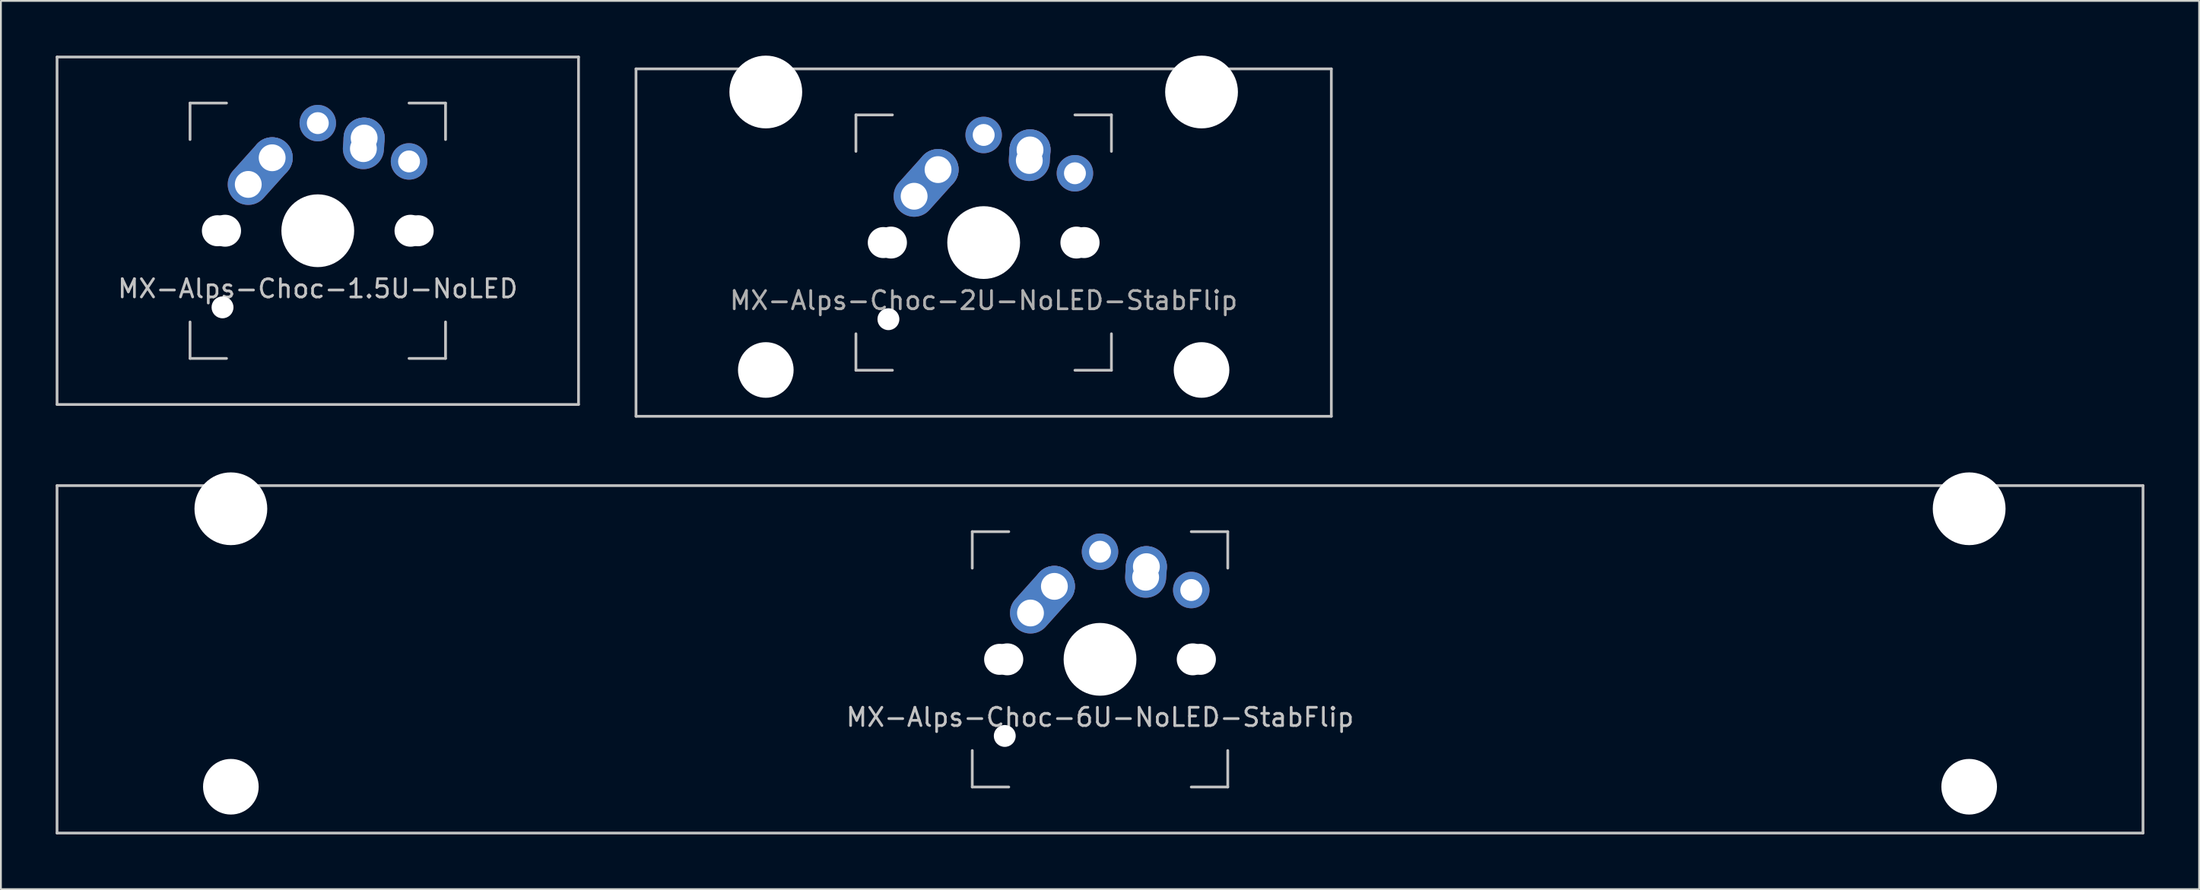
<source format=kicad_pcb>
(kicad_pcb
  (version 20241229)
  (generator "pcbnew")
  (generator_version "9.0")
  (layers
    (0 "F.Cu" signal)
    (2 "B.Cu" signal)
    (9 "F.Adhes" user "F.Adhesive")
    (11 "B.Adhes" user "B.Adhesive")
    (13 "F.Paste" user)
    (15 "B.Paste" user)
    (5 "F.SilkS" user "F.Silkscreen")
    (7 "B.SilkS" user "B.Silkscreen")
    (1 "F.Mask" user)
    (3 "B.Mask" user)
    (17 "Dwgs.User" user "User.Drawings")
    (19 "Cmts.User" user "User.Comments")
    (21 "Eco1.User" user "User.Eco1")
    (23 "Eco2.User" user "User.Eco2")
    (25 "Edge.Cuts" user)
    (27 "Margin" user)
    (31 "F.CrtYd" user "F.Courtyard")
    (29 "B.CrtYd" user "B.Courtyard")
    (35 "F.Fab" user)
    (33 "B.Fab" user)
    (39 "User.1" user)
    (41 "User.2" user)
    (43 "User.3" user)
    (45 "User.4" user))
  (footprint "MX-Alps-Choc-1.5U-NoLED"
    (layer "F.Cu")
    (at 14.363 9.6)
    (property "Reference" "MX-Alps-Choc-1.5U-NoLED" (at 0 3.175 0) (layer "Dwgs.User") (effects (font (size 1 1) (thickness 0.15))))
    (attr through_hole)
    (fp_line (start -14.287 -9.525) (end 14.287 -9.525) (stroke (width 0.15) (type solid)) (layer "Dwgs.User"))
    (fp_line (start -14.287 9.525) (end -14.287 -9.525) (stroke (width 0.15) (type solid)) (layer "Dwgs.User"))
    (fp_line (start -14.287 9.525) (end 14.287 9.525) (stroke (width 0.15) (type solid)) (layer "Dwgs.User"))
    (fp_line (start -7 -7) (end -7 -5) (stroke (width 0.15) (type solid)) (layer "Dwgs.User"))
    (fp_line (start -7 5) (end -7 7) (stroke (width 0.15) (type solid)) (layer "Dwgs.User"))
    (fp_line (start -7 7) (end -5 7) (stroke (width 0.15) (type solid)) (layer "Dwgs.User"))
    (fp_line (start -5 -7) (end -7 -7) (stroke (width 0.15) (type solid)) (layer "Dwgs.User"))
    (fp_line (start 5 -7) (end 7 -7) (stroke (width 0.15) (type solid)) (layer "Dwgs.User"))
    (fp_line (start 5 7) (end 7 7) (stroke (width 0.15) (type solid)) (layer "Dwgs.User"))
    (fp_line (start 7 -7) (end 7 -5) (stroke (width 0.15) (type solid)) (layer "Dwgs.User"))
    (fp_line (start 7 7) (end 7 5) (stroke (width 0.15) (type solid)) (layer "Dwgs.User"))
    (fp_line (start 14.287 -9.525) (end 14.287 9.525) (stroke (width 0.15) (type solid)) (layer "Dwgs.User"))
    (pad "" np_thru_hole circle (at -5.5 0 48.1) (size 1.7 1.7) (drill 1.7) (layers "*.Cu" "*.Mask"))
    (pad "" np_thru_hole circle (at -5.22 4.2 48.1) (size 1.2 1.2) (drill 1.2) (layers "*.Cu" "*.Mask"))
    (pad "" np_thru_hole circle (at -5.08 0 48.1) (size 1.75 1.75) (drill 1.75) (layers "*.Cu" "*.Mask"))
    (pad "" np_thru_hole circle (at 0 0) (size 3.988 3.988) (drill 3.988) (layers "*.Cu" "*.Mask"))
    (pad "" np_thru_hole circle (at 5.08 0 48.1) (size 1.75 1.75) (drill 1.75) (layers "*.Cu" "*.Mask"))
    (pad "" np_thru_hole circle (at 5.5 0 48.1) (size 1.7 1.7) (drill 1.7) (layers "*.Cu" "*.Mask"))
    (pad "1" thru_hole oval (at 2.5 -4.5 86.1) (size 2.831 2.25) (drill 1.47 (offset 0.291 0)) (layers "*.Cu" "*.Mask"))
    (pad "1" thru_hole circle (at 2.54 -5.08) (size 2.25 2.25) (drill 1.47) (layers "*.Cu" "*.Mask"))
    (pad "1" thru_hole circle (at 5 -3.8) (size 2 2) (drill 1.2) (layers "*.Cu" "*.Mask"))
    (pad "2" thru_hole oval (at -3.81 -2.54 48.1) (size 4.212 2.25) (drill 1.47 (offset 0.981 0)) (layers "*.Cu" "*.Mask"))
    (pad "2" thru_hole circle (at -2.5 -4) (size 2.25 2.25) (drill 1.47) (layers "*.Cu" "*.Mask"))
    (pad "2" thru_hole circle (at 0 -5.9) (size 2 2) (drill 1.2) (layers "*.Cu" "*.Mask")))
  (footprint "MX-Alps-Choc-2U-NoLED-StabFlip"
    (layer "F.Cu")
    (at 50.85 10.249)
    (property "Reference" "MX-Alps-Choc-2U-NoLED-StabFlip" (at 0 3.175 0) (layer "F.Fab") (effects (font (size 1 1) (thickness 0.15))))
    (attr through_hole)
    (fp_line (start -19.05 -9.525) (end 19.05 -9.525) (stroke (width 0.15) (type solid)) (layer "Dwgs.User"))
    (fp_line (start -19.05 9.525) (end -19.05 -9.525) (stroke (width 0.15) (type solid)) (layer "Dwgs.User"))
    (fp_line (start -7 -7) (end -7 -5) (stroke (width 0.15) (type solid)) (layer "Dwgs.User"))
    (fp_line (start -7 5) (end -7 7) (stroke (width 0.15) (type solid)) (layer "Dwgs.User"))
    (fp_line (start -7 7) (end -5 7) (stroke (width 0.15) (type solid)) (layer "Dwgs.User"))
    (fp_line (start -5 -7) (end -7 -7) (stroke (width 0.15) (type solid)) (layer "Dwgs.User"))
    (fp_line (start 5 -7) (end 7 -7) (stroke (width 0.15) (type solid)) (layer "Dwgs.User"))
    (fp_line (start 5 7) (end 7 7) (stroke (width 0.15) (type solid)) (layer "Dwgs.User"))
    (fp_line (start 7 -7) (end 7 -5) (stroke (width 0.15) (type solid)) (layer "Dwgs.User"))
    (fp_line (start 7 7) (end 7 5) (stroke (width 0.15) (type solid)) (layer "Dwgs.User"))
    (fp_line (start 19.05 -9.525) (end 19.05 9.525) (stroke (width 0.15) (type solid)) (layer "Dwgs.User"))
    (fp_line (start 19.05 9.525) (end -19.05 9.525) (stroke (width 0.15) (type solid)) (layer "Dwgs.User"))
    (pad "" np_thru_hole circle (at -11.938 -8.255) (size 3.988 3.988) (drill 3.988) (layers "*.Cu" "*.Mask"))
    (pad "" np_thru_hole circle (at -11.938 6.985) (size 3.048 3.048) (drill 3.048) (layers "*.Cu" "*.Mask"))
    (pad "" np_thru_hole circle (at -5.5 0 48.1) (size 1.7 1.7) (drill 1.7) (layers "*.Cu" "*.Mask"))
    (pad "" np_thru_hole circle (at -5.22 4.2 48.1) (size 1.2 1.2) (drill 1.2) (layers "*.Cu" "*.Mask"))
    (pad "" np_thru_hole circle (at -5.08 0 48.1) (size 1.75 1.75) (drill 1.75) (layers "*.Cu" "*.Mask"))
    (pad "" np_thru_hole circle (at 0 0) (size 3.988 3.988) (drill 3.988) (layers "*.Cu" "*.Mask"))
    (pad "" np_thru_hole circle (at 5.08 0 48.1) (size 1.75 1.75) (drill 1.75) (layers "*.Cu" "*.Mask"))
    (pad "" np_thru_hole circle (at 5.5 0 48.1) (size 1.7 1.7) (drill 1.7) (layers "*.Cu" "*.Mask"))
    (pad "" np_thru_hole circle (at 11.938 -8.255) (size 3.988 3.988) (drill 3.988) (layers "*.Cu" "*.Mask"))
    (pad "" np_thru_hole circle (at 11.938 6.985) (size 3.048 3.048) (drill 3.048) (layers "*.Cu" "*.Mask"))
    (pad "1" thru_hole oval (at -3.81 -2.54 48.1) (size 4.212 2.25) (drill 1.47 (offset 0.981 0)) (layers "*.Cu" "*.Mask"))
    (pad "1" thru_hole circle (at -2.5 -4) (size 2.25 2.25) (drill 1.47) (layers "*.Cu" "*.Mask"))
    (pad "1" thru_hole circle (at 0 -5.9) (size 2 2) (drill 1.2) (layers "*.Cu" "*.Mask"))
    (pad "2" thru_hole oval (at 2.5 -4.5 86.1) (size 2.831 2.25) (drill 1.47 (offset 0.291 0)) (layers "*.Cu" "*.Mask"))
    (pad "2" thru_hole circle (at 2.54 -5.08) (size 2.25 2.25) (drill 1.47) (layers "*.Cu" "*.Mask"))
    (pad "2" thru_hole circle (at 5 -3.8) (size 2 2) (drill 1.2) (layers "*.Cu" "*.Mask")))
  (footprint "MX-Alps-Choc-6U-NoLED-StabFlip"
    (layer "F.Cu")
    (at 57.225 33.098)
    (property "Reference" "MX-Alps-Choc-6U-NoLED-StabFlip" (at 0 3.175 0) (layer "Dwgs.User") (effects (font (size 1 1) (thickness 0.15))))
    (attr through_hole)
    (fp_line (start -57.15 -9.525) (end 57.15 -9.525) (stroke (width 0.15) (type solid)) (layer "Dwgs.User"))
    (fp_line (start -57.15 9.525) (end -57.15 -9.525) (stroke (width 0.15) (type solid)) (layer "Dwgs.User"))
    (fp_line (start -57.15 9.525) (end 57.15 9.525) (stroke (width 0.15) (type solid)) (layer "Dwgs.User"))
    (fp_line (start -7 -7) (end -7 -5) (stroke (width 0.15) (type solid)) (layer "Dwgs.User"))
    (fp_line (start -7 5) (end -7 7) (stroke (width 0.15) (type solid)) (layer "Dwgs.User"))
    (fp_line (start -7 7) (end -5 7) (stroke (width 0.15) (type solid)) (layer "Dwgs.User"))
    (fp_line (start -5 -7) (end -7 -7) (stroke (width 0.15) (type solid)) (layer "Dwgs.User"))
    (fp_line (start 5 -7) (end 7 -7) (stroke (width 0.15) (type solid)) (layer "Dwgs.User"))
    (fp_line (start 5 7) (end 7 7) (stroke (width 0.15) (type solid)) (layer "Dwgs.User"))
    (fp_line (start 7 -7) (end 7 -5) (stroke (width 0.15) (type solid)) (layer "Dwgs.User"))
    (fp_line (start 7 7) (end 7 5) (stroke (width 0.15) (type solid)) (layer "Dwgs.User"))
    (fp_line (start 57.15 -9.525) (end 57.15 9.525) (stroke (width 0.15) (type solid)) (layer "Dwgs.User"))
    (pad "" np_thru_hole circle (at -47.625 -8.255) (size 3.988 3.988) (drill 3.988) (layers "*.Cu" "*.Mask"))
    (pad "" np_thru_hole circle (at -47.625 6.985) (size 3.048 3.048) (drill 3.048) (layers "*.Cu" "*.Mask"))
    (pad "" np_thru_hole circle (at -5.5 0 48.1) (size 1.7 1.7) (drill 1.7) (layers "*.Cu" "*.Mask"))
    (pad "" np_thru_hole circle (at -5.22 4.2 48.1) (size 1.2 1.2) (drill 1.2) (layers "*.Cu" "*.Mask"))
    (pad "" np_thru_hole circle (at -5.08 0 48.1) (size 1.75 1.75) (drill 1.75) (layers "*.Cu" "*.Mask"))
    (pad "" np_thru_hole circle (at 0 0) (size 3.988 3.988) (drill 3.988) (layers "*.Cu" "*.Mask"))
    (pad "" np_thru_hole circle (at 5.08 0 48.1) (size 1.75 1.75) (drill 1.75) (layers "*.Cu" "*.Mask"))
    (pad "" np_thru_hole circle (at 5.5 0 48.1) (size 1.7 1.7) (drill 1.7) (layers "*.Cu" "*.Mask"))
    (pad "" np_thru_hole circle (at 47.625 -8.255) (size 3.988 3.988) (drill 3.988) (layers "*.Cu" "*.Mask"))
    (pad "" np_thru_hole circle (at 47.625 6.985) (size 3.048 3.048) (drill 3.048) (layers "*.Cu" "*.Mask"))
    (pad "1" thru_hole oval (at 2.5 -4.5 86.1) (size 2.831 2.25) (drill 1.47 (offset 0.291 0)) (layers "*.Cu" "*.Mask"))
    (pad "1" thru_hole circle (at 2.54 -5.08) (size 2.25 2.25) (drill 1.47) (layers "*.Cu" "*.Mask"))
    (pad "1" thru_hole circle (at 5 -3.8) (size 2 2) (drill 1.2) (layers "*.Cu" "*.Mask"))
    (pad "2" thru_hole oval (at -3.81 -2.54 48.1) (size 4.212 2.25) (drill 1.47 (offset 0.981 0)) (layers "*.Cu" "*.Mask"))
    (pad "2" thru_hole circle (at -2.5 -4) (size 2.25 2.25) (drill 1.47) (layers "*.Cu" "*.Mask"))
    (pad "2" thru_hole circle (at 0 -5.9) (size 2 2) (drill 1.2) (layers "*.Cu" "*.Mask")))
  (gr_rect
    (start -3 -3)
    (end 117.45 45.698)
    (stroke (width 0.1) (type default))
    (fill no)
    (layer "Edge.Cuts")))
</source>
